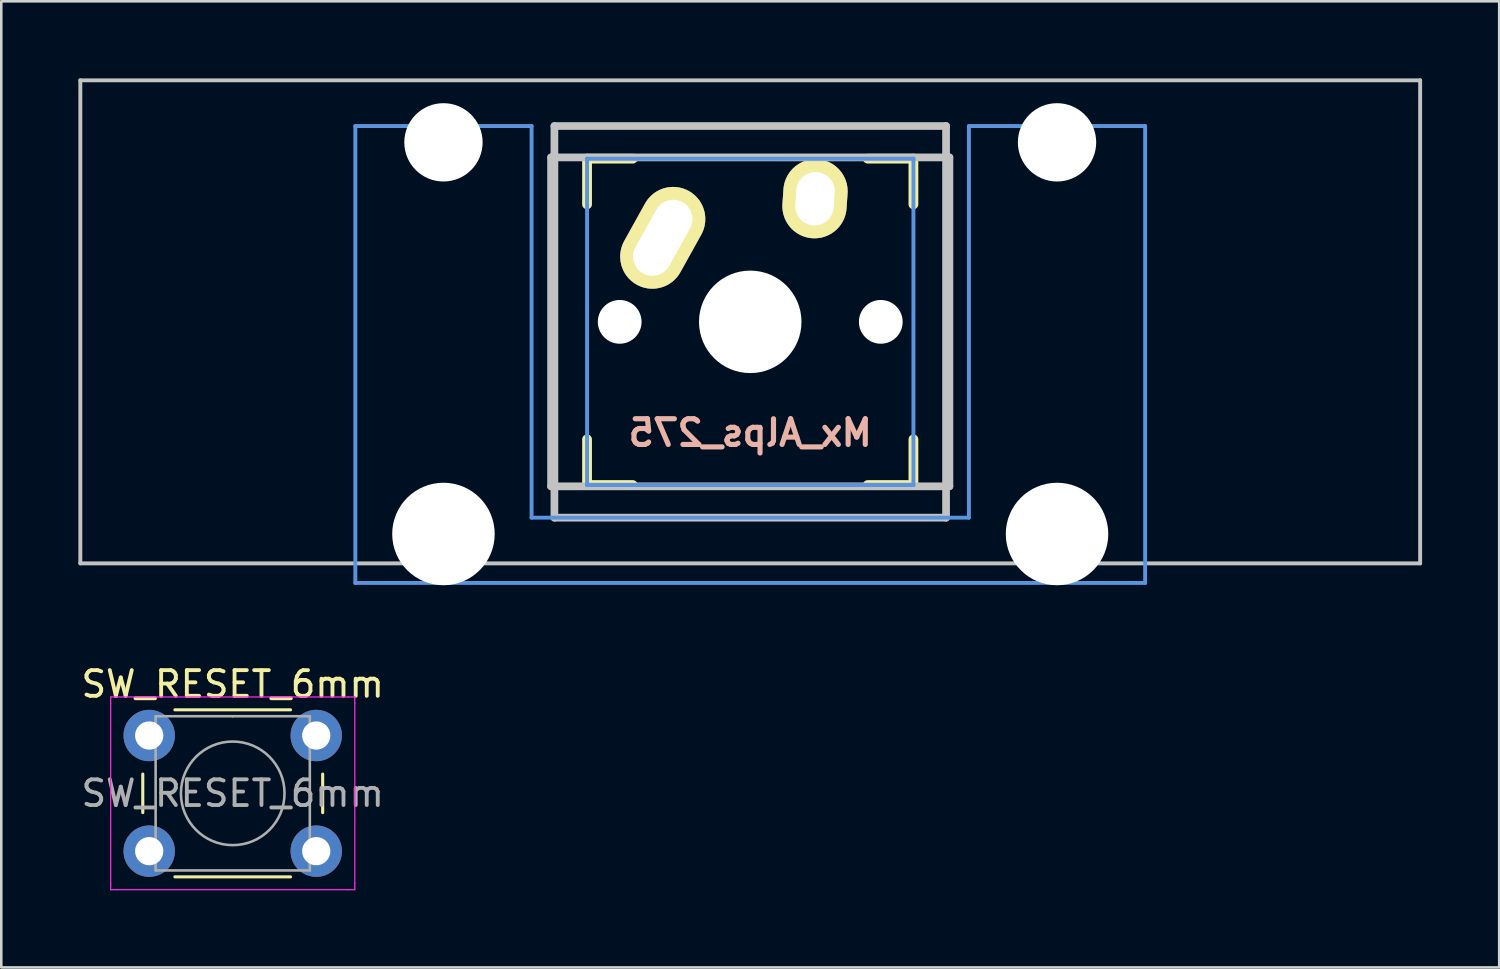
<source format=kicad_pcb>
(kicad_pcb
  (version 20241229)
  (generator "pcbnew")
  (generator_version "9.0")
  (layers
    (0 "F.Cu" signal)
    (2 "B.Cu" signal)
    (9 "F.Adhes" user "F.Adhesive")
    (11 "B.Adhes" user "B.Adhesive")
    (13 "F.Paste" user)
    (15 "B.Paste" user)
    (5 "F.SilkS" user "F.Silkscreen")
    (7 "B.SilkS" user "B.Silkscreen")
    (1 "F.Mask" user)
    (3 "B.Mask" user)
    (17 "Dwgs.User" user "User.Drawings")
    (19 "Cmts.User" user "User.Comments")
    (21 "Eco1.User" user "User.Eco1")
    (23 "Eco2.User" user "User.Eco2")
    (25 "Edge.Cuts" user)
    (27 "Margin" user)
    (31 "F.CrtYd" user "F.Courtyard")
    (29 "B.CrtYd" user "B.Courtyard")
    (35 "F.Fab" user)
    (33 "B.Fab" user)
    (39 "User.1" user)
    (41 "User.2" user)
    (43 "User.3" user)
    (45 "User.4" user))
  (footprint "Mx_Alps_275"
    (layer "F.Cu")
    (at 26.144 9.474)
    (property "Reference" "Mx_Alps_275" (at 0 4.318 0) (layer "B.SilkS") (effects (font (size 1 1) (thickness 0.2)) (justify mirror)))
    (attr through_hole)
    (fp_line (start -6.35 -6.35) (end -4.572 -6.35) (stroke (width 0.381) (type solid)) (layer "F.SilkS"))
    (fp_line (start -6.35 -4.572) (end -6.35 -6.35) (stroke (width 0.381) (type solid)) (layer "F.SilkS"))
    (fp_line (start -6.35 6.35) (end -6.35 4.572) (stroke (width 0.381) (type solid)) (layer "F.SilkS"))
    (fp_line (start -4.572 6.35) (end -6.35 6.35) (stroke (width 0.381) (type solid)) (layer "F.SilkS"))
    (fp_line (start 4.572 -6.35) (end 6.35 -6.35) (stroke (width 0.381) (type solid)) (layer "F.SilkS"))
    (fp_line (start 6.35 -6.35) (end 6.35 -4.572) (stroke (width 0.381) (type solid)) (layer "F.SilkS"))
    (fp_line (start 6.35 4.572) (end 6.35 6.35) (stroke (width 0.381) (type solid)) (layer "F.SilkS"))
    (fp_line (start 6.35 6.35) (end 4.572 6.35) (stroke (width 0.381) (type solid)) (layer "F.SilkS"))
    (fp_line (start -26.068 -9.398) (end 26.068 -9.398) (stroke (width 0.152) (type solid)) (layer "Dwgs.User"))
    (fp_line (start -26.068 9.398) (end -26.068 -9.398) (stroke (width 0.152) (type solid)) (layer "Dwgs.User"))
    (fp_line (start -7.75 6.4) (end -7.75 -6.4) (stroke (width 0.3) (type solid)) (layer "Dwgs.User"))
    (fp_line (start -7.75 6.4) (end 7.75 6.4) (stroke (width 0.3) (type solid)) (layer "Dwgs.User"))
    (fp_line (start -7.62 -7.62) (end 7.62 -7.62) (stroke (width 0.3) (type solid)) (layer "Dwgs.User"))
    (fp_line (start -7.62 7.62) (end -7.62 -7.62) (stroke (width 0.3) (type solid)) (layer "Dwgs.User"))
    (fp_line (start 7.62 -7.62) (end 7.62 7.62) (stroke (width 0.3) (type solid)) (layer "Dwgs.User"))
    (fp_line (start 7.62 7.62) (end -7.62 7.62) (stroke (width 0.3) (type solid)) (layer "Dwgs.User"))
    (fp_line (start 7.75 -6.4) (end -7.75 -6.4) (stroke (width 0.3) (type solid)) (layer "Dwgs.User"))
    (fp_line (start 7.75 6.4) (end 7.75 -6.4) (stroke (width 0.3) (type solid)) (layer "Dwgs.User"))
    (fp_line (start 26.068 -9.398) (end 26.068 9.398) (stroke (width 0.152) (type solid)) (layer "Dwgs.User"))
    (fp_line (start 26.068 9.398) (end -26.068 9.398) (stroke (width 0.152) (type solid)) (layer "Dwgs.User"))
    (fp_line (start -15.367 -7.62) (end -15.367 10.16) (stroke (width 0.152) (type solid)) (layer "Cmts.User"))
    (fp_line (start -15.367 10.16) (end 15.367 10.16) (stroke (width 0.152) (type solid)) (layer "Cmts.User"))
    (fp_line (start -8.509 -7.62) (end -15.367 -7.62) (stroke (width 0.152) (type solid)) (layer "Cmts.User"))
    (fp_line (start -8.509 7.62) (end -8.509 -7.62) (stroke (width 0.152) (type solid)) (layer "Cmts.User"))
    (fp_line (start -6.35 -6.35) (end 6.35 -6.35) (stroke (width 0.152) (type solid)) (layer "Cmts.User"))
    (fp_line (start -6.35 6.35) (end -6.35 -6.35) (stroke (width 0.152) (type solid)) (layer "Cmts.User"))
    (fp_line (start 6.35 -6.35) (end 6.35 6.35) (stroke (width 0.152) (type solid)) (layer "Cmts.User"))
    (fp_line (start 6.35 6.35) (end -6.35 6.35) (stroke (width 0.152) (type solid)) (layer "Cmts.User"))
    (fp_line (start 8.509 -7.62) (end 8.509 7.62) (stroke (width 0.152) (type solid)) (layer "Cmts.User"))
    (fp_line (start 8.509 7.62) (end -8.509 7.62) (stroke (width 0.152) (type solid)) (layer "Cmts.User"))
    (fp_line (start 15.367 -7.62) (end 8.509 -7.62) (stroke (width 0.152) (type solid)) (layer "Cmts.User"))
    (fp_line (start 15.367 10.16) (end 15.367 -7.62) (stroke (width 0.152) (type solid)) (layer "Cmts.User"))
    (fp_line (start -16.129 -2.286) (end -15.265 -2.286) (stroke (width 0.152) (type solid)) (layer "Eco2.User"))
    (fp_line (start -16.129 0.508) (end -16.129 -2.286) (stroke (width 0.152) (type solid)) (layer "Eco2.User"))
    (fp_line (start -15.265 -5.69) (end -8.611 -5.69) (stroke (width 0.152) (type solid)) (layer "Eco2.User"))
    (fp_line (start -15.265 -2.286) (end -15.265 -5.69) (stroke (width 0.152) (type solid)) (layer "Eco2.User"))
    (fp_line (start -15.265 0.508) (end -16.129 0.508) (stroke (width 0.152) (type solid)) (layer "Eco2.User"))
    (fp_line (start -15.265 6.604) (end -15.265 0.508) (stroke (width 0.152) (type solid)) (layer "Eco2.User"))
    (fp_line (start -14.224 6.604) (end -15.265 6.604) (stroke (width 0.152) (type solid)) (layer "Eco2.User"))
    (fp_line (start -14.224 7.772) (end -14.224 6.604) (stroke (width 0.152) (type solid)) (layer "Eco2.User"))
    (fp_line (start -9.652 6.604) (end -9.652 7.772) (stroke (width 0.152) (type solid)) (layer "Eco2.User"))
    (fp_line (start -9.652 7.772) (end -14.224 7.772) (stroke (width 0.152) (type solid)) (layer "Eco2.User"))
    (fp_line (start -8.611 -5.69) (end -8.611 -4.877) (stroke (width 0.152) (type solid)) (layer "Eco2.User"))
    (fp_line (start -8.611 -4.877) (end -6.985 -4.877) (stroke (width 0.152) (type solid)) (layer "Eco2.User"))
    (fp_line (start -8.611 5.817) (end -8.611 6.604) (stroke (width 0.152) (type solid)) (layer "Eco2.User"))
    (fp_line (start -8.611 6.604) (end -9.652 6.604) (stroke (width 0.152) (type solid)) (layer "Eco2.User"))
    (fp_line (start -6.985 -6.985) (end 6.985 -6.985) (stroke (width 0.152) (type solid)) (layer "Eco2.User"))
    (fp_line (start -6.985 -4.877) (end -6.985 -6.985) (stroke (width 0.152) (type solid)) (layer "Eco2.User"))
    (fp_line (start -6.985 5.817) (end -8.611 5.817) (stroke (width 0.152) (type solid)) (layer "Eco2.User"))
    (fp_line (start -6.985 6.985) (end -6.985 5.817) (stroke (width 0.152) (type solid)) (layer "Eco2.User"))
    (fp_line (start 6.985 -6.985) (end 6.985 -4.877) (stroke (width 0.152) (type solid)) (layer "Eco2.User"))
    (fp_line (start 6.985 -4.877) (end 8.611 -4.877) (stroke (width 0.152) (type solid)) (layer "Eco2.User"))
    (fp_line (start 6.985 5.817) (end 6.985 6.985) (stroke (width 0.152) (type solid)) (layer "Eco2.User"))
    (fp_line (start 6.985 6.985) (end -6.985 6.985) (stroke (width 0.152) (type solid)) (layer "Eco2.User"))
    (fp_line (start 8.611 -5.69) (end 15.265 -5.69) (stroke (width 0.152) (type solid)) (layer "Eco2.User"))
    (fp_line (start 8.611 -4.877) (end 8.611 -5.69) (stroke (width 0.152) (type solid)) (layer "Eco2.User"))
    (fp_line (start 8.611 5.817) (end 6.985 5.817) (stroke (width 0.152) (type solid)) (layer "Eco2.User"))
    (fp_line (start 8.611 6.604) (end 8.611 5.817) (stroke (width 0.152) (type solid)) (layer "Eco2.User"))
    (fp_line (start 9.652 6.604) (end 8.611 6.604) (stroke (width 0.152) (type solid)) (layer "Eco2.User"))
    (fp_line (start 9.652 7.772) (end 9.652 6.604) (stroke (width 0.152) (type solid)) (layer "Eco2.User"))
    (fp_line (start 14.224 6.604) (end 14.224 7.772) (stroke (width 0.152) (type solid)) (layer "Eco2.User"))
    (fp_line (start 14.224 7.772) (end 9.652 7.772) (stroke (width 0.152) (type solid)) (layer "Eco2.User"))
    (fp_line (start 15.265 -5.69) (end 15.265 -2.286) (stroke (width 0.152) (type solid)) (layer "Eco2.User"))
    (fp_line (start 15.265 -2.286) (end 16.129 -2.286) (stroke (width 0.152) (type solid)) (layer "Eco2.User"))
    (fp_line (start 15.265 0.508) (end 15.265 6.604) (stroke (width 0.152) (type solid)) (layer "Eco2.User"))
    (fp_line (start 15.265 6.604) (end 14.224 6.604) (stroke (width 0.152) (type solid)) (layer "Eco2.User"))
    (fp_line (start 16.129 -2.286) (end 16.129 0.508) (stroke (width 0.152) (type solid)) (layer "Eco2.User"))
    (fp_line (start 16.129 0.508) (end 15.265 0.508) (stroke (width 0.152) (type solid)) (layer "Eco2.User"))
    (pad "" np_thru_hole circle (at -11.938 -6.985) (size 3.048 3.048) (drill 3.048) (layers "*.Cu"))
    (pad "" np_thru_hole circle (at -11.938 8.255) (size 3.988 3.988) (drill 3.988) (layers "*.Cu"))
    (pad "" np_thru_hole circle (at -5.08 0) (size 1.702 1.702) (drill 1.702) (layers "*.Cu"))
    (pad "" np_thru_hole circle (at 0 0) (size 3.988 3.988) (drill 3.988) (layers "*.Cu"))
    (pad "" np_thru_hole circle (at 5.08 0) (size 1.702 1.702) (drill 1.702) (layers "*.Cu"))
    (pad "" np_thru_hole circle (at 11.938 -6.985) (size 3.048 3.048) (drill 3.048) (layers "*.Cu"))
    (pad "" np_thru_hole circle (at 11.938 8.255) (size 3.988 3.988) (drill 3.988) (layers "*.Cu"))
    (pad "1" thru_hole oval (at -3.405 -3.27 330.95) (size 2.5 4.17) (drill oval 1.5 3.17) (layers "*.Cu" "*.Mask" "F.SilkS"))
    (pad "2" thru_hole oval (at 2.52 -4.79 356.1) (size 2.5 3.08) (drill oval 1.5 2.08) (layers "*.Cu" "*.Mask" "F.SilkS")))
  (footprint "SW_RESET_6mm"
    (layer "F.Cu")
    (at 6.006 27.821)
    (property "Reference" "SW_RESET_6mm" (at 0 -4.25 0) (layer "F.SilkS") (effects (font (size 1 1) (thickness 0.15))))
    (attr through_hole)
    (fp_line (start -3.5 -0.75) (end -3.5 0.75) (stroke (width 0.12) (type solid)) (layer "F.SilkS"))
    (fp_line (start -2.25 3.25) (end 2.25 3.25) (stroke (width 0.12) (type solid)) (layer "F.SilkS"))
    (fp_line (start 2.25 -3.25) (end -2.25 -3.25) (stroke (width 0.12) (type solid)) (layer "F.SilkS"))
    (fp_line (start 3.5 0.75) (end 3.5 -0.75) (stroke (width 0.12) (type solid)) (layer "F.SilkS"))
    (fp_line (start -4.75 -3.75) (end -4.5 -3.75) (stroke (width 0.05) (type solid)) (layer "F.CrtYd"))
    (fp_line (start -4.75 -3.5) (end -4.75 -3.75) (stroke (width 0.05) (type solid)) (layer "F.CrtYd"))
    (fp_line (start -4.75 3.5) (end -4.75 -3.5) (stroke (width 0.05) (type solid)) (layer "F.CrtYd"))
    (fp_line (start -4.75 3.5) (end -4.75 3.75) (stroke (width 0.05) (type solid)) (layer "F.CrtYd"))
    (fp_line (start -4.75 3.75) (end -4.5 3.75) (stroke (width 0.05) (type solid)) (layer "F.CrtYd"))
    (fp_line (start -4.5 -3.75) (end 4.5 -3.75) (stroke (width 0.05) (type solid)) (layer "F.CrtYd"))
    (fp_line (start 4.5 -3.75) (end 4.75 -3.75) (stroke (width 0.05) (type solid)) (layer "F.CrtYd"))
    (fp_line (start 4.5 3.75) (end -4.5 3.75) (stroke (width 0.05) (type solid)) (layer "F.CrtYd"))
    (fp_line (start 4.5 3.75) (end 4.75 3.75) (stroke (width 0.05) (type solid)) (layer "F.CrtYd"))
    (fp_line (start 4.75 -3.75) (end 4.75 -3.5) (stroke (width 0.05) (type solid)) (layer "F.CrtYd"))
    (fp_line (start 4.75 -3.5) (end 4.75 3.5) (stroke (width 0.05) (type solid)) (layer "F.CrtYd"))
    (fp_line (start 4.75 3.75) (end 4.75 3.5) (stroke (width 0.05) (type solid)) (layer "F.CrtYd"))
    (fp_line (start -3 -3) (end 0 -3) (stroke (width 0.1) (type solid)) (layer "F.Fab"))
    (fp_line (start -3 3) (end -3 -3) (stroke (width 0.1) (type solid)) (layer "F.Fab"))
    (fp_line (start 0 -3) (end 3 -3) (stroke (width 0.1) (type solid)) (layer "F.Fab"))
    (fp_line (start 3 -3) (end 3 3) (stroke (width 0.1) (type solid)) (layer "F.Fab"))
    (fp_line (start 3 3) (end -3 3) (stroke (width 0.1) (type solid)) (layer "F.Fab"))
    (fp_circle (center 0 0) (end -2 0.25) (stroke (width 0.1) (type solid)) (fill no) (layer "F.Fab"))
    (fp_text user "${REFERENCE}" (at 0 0 0) (layer "F.Fab") (effects (font (size 1 1) (thickness 0.15))))
    (pad "1" thru_hole circle (at -3.25 -2.25 90) (size 2 2) (drill 1.1) (layers "*.Cu" "*.Mask"))
    (pad "1" thru_hole circle (at 3.25 -2.25 90) (size 2 2) (drill 1.1) (layers "*.Cu" "*.Mask"))
    (pad "2" thru_hole circle (at -3.25 2.25 90) (size 2 2) (drill 1.1) (layers "*.Cu" "*.Mask"))
    (pad "2" thru_hole circle (at 3.25 2.25 90) (size 2 2) (drill 1.1) (layers "*.Cu" "*.Mask")))
  (gr_rect
    (start -3 -3)
    (end 55.288 34.596)
    (stroke (width 0.1) (type default))
    (fill no)
    (layer "Edge.Cuts")))
</source>
